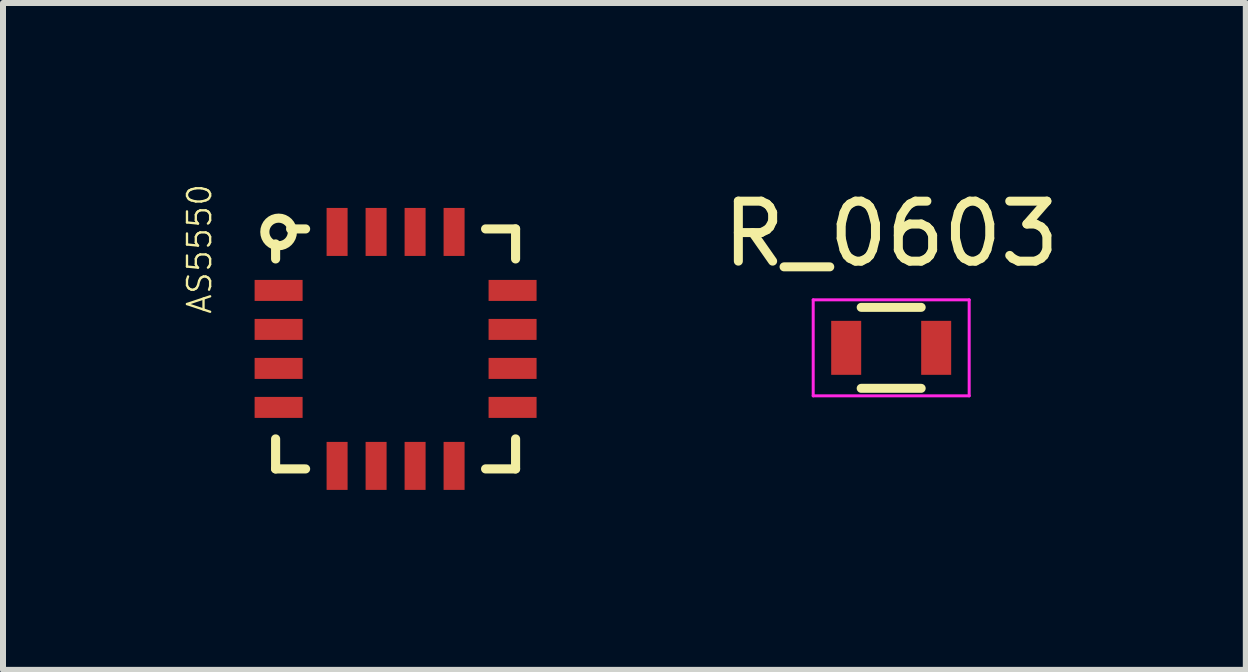
<source format=kicad_pcb>
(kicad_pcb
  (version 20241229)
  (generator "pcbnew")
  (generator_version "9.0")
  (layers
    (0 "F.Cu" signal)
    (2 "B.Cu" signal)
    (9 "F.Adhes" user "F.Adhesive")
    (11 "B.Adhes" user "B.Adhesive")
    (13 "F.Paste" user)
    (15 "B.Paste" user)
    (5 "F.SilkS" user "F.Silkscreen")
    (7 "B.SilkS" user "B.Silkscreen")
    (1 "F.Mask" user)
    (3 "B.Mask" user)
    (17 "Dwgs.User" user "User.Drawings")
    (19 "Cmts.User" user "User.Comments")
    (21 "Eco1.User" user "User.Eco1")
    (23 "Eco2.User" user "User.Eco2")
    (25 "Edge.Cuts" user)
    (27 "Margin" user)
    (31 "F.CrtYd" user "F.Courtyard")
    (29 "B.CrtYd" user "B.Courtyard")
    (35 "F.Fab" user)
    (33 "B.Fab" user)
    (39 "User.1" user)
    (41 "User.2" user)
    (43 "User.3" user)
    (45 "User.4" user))
  (footprint "AS5550"
    (layer "F.Cu")
    (at 3.544 2.766)
    (property "Reference" "AS5550" (at -3.042 -0.557 270) (layer "F.SilkS") (effects (font (size 0.386 0.386) (thickness 0.039)) (justify left bottom)))
    (attr through_hole)
    (fp_poly (pts (xy -1.2 -1.2) (xy 1.2 -1.2) (xy 1.2 1.2) (xy -1 1.2) (xy -1.2 1)) (stroke (width 0.15) (type solid)) (fill yes) (layer "F.Mask"))
    (fp_line (start -2 -1.5) (end -2 -1.75) (stroke (width 0.152) (type solid)) (layer "F.SilkS"))
    (fp_line (start -2 1.5) (end -2 2) (stroke (width 0.152) (type solid)) (layer "F.SilkS"))
    (fp_line (start -2 2) (end -1.5 2) (stroke (width 0.152) (type solid)) (layer "F.SilkS"))
    (fp_line (start -1.5 -2) (end -1.75 -2) (stroke (width 0.152) (type solid)) (layer "F.SilkS"))
    (fp_line (start 1.5 -2) (end 2 -2) (stroke (width 0.152) (type solid)) (layer "F.SilkS"))
    (fp_line (start 1.5 2) (end 2 2) (stroke (width 0.152) (type solid)) (layer "F.SilkS"))
    (fp_line (start 2 -2) (end 2 -1.5) (stroke (width 0.152) (type solid)) (layer "F.SilkS"))
    (fp_line (start 2 2) (end 2 1.5) (stroke (width 0.152) (type solid)) (layer "F.SilkS"))
    (fp_circle (center -1.95 -1.95) (end -1.72 -1.95) (stroke (width 0.152) (type solid)) (fill no) (layer "F.SilkS"))
    (fp_poly (pts (xy -1.2 -1.2) (xy 1.2 -1.2) (xy 1.2 1.2) (xy -1 1.2) (xy -1.2 1)) (stroke (width 0.15) (type solid)) (fill yes) (layer "F.Paste"))
    (pad "1" smd rect (at -1.95 -0.975) (size 0.8 0.35) (layers "F.Cu" "F.Mask" "F.Paste"))
    (pad "2" smd rect (at -1.95 -0.325) (size 0.8 0.35) (layers "F.Cu" "F.Mask" "F.Paste"))
    (pad "3" smd rect (at -1.95 0.325) (size 0.8 0.35) (layers "F.Cu" "F.Mask" "F.Paste"))
    (pad "4" smd rect (at -1.95 0.975) (size 0.8 0.35) (layers "F.Cu" "F.Mask" "F.Paste"))
    (pad "5" smd rect (at -0.975 1.95 90) (size 0.8 0.35) (layers "F.Cu" "F.Mask" "F.Paste"))
    (pad "6" smd rect (at -0.325 1.95 90) (size 0.8 0.35) (layers "F.Cu" "F.Mask" "F.Paste"))
    (pad "7" smd rect (at 0.325 1.95 90) (size 0.8 0.35) (layers "F.Cu" "F.Mask" "F.Paste"))
    (pad "8" smd rect (at 0.975 1.95 90) (size 0.8 0.35) (layers "F.Cu" "F.Mask" "F.Paste"))
    (pad "9" smd rect (at 1.95 0.975) (size 0.8 0.35) (layers "F.Cu" "F.Mask" "F.Paste"))
    (pad "10" smd rect (at 1.95 0.325) (size 0.8 0.35) (layers "F.Cu" "F.Mask" "F.Paste"))
    (pad "11" smd rect (at 1.95 -0.325) (size 0.8 0.35) (layers "F.Cu" "F.Mask" "F.Paste"))
    (pad "12" smd rect (at 1.95 -0.975) (size 0.8 0.35) (layers "F.Cu" "F.Mask" "F.Paste"))
    (pad "13" smd rect (at 0.975 -1.95 90) (size 0.8 0.35) (layers "F.Cu" "F.Mask" "F.Paste"))
    (pad "14" smd rect (at 0.325 -1.95 90) (size 0.8 0.35) (layers "F.Cu" "F.Mask" "F.Paste"))
    (pad "15" smd rect (at -0.325 -1.95 90) (size 0.8 0.35) (layers "F.Cu" "F.Mask" "F.Paste"))
    (pad "16" smd rect (at -0.975 -1.95 90) (size 0.8 0.35) (layers "F.Cu" "F.Mask" "F.Paste")))
  (footprint "R_0603"
    (layer "F.Cu")
    (at 11.805 2.748)
    (property "Reference" "R_0603" (at 0 -1.9 0) (layer "F.SilkS") (effects (font (size 1 1) (thickness 0.15))))
    (attr smd)
    (fp_line (start -0.5 -0.675) (end 0.5 -0.675) (stroke (width 0.15) (type solid)) (layer "F.SilkS"))
    (fp_line (start 0.5 0.675) (end -0.5 0.675) (stroke (width 0.15) (type solid)) (layer "F.SilkS"))
    (fp_line (start -1.3 -0.8) (end -1.3 0.8) (stroke (width 0.05) (type solid)) (layer "F.CrtYd"))
    (fp_line (start -1.3 -0.8) (end 1.3 -0.8) (stroke (width 0.05) (type solid)) (layer "F.CrtYd"))
    (fp_line (start -1.3 0.8) (end 1.3 0.8) (stroke (width 0.05) (type solid)) (layer "F.CrtYd"))
    (fp_line (start 1.3 -0.8) (end 1.3 0.8) (stroke (width 0.05) (type solid)) (layer "F.CrtYd"))
    (pad "1" smd rect (at -0.75 0) (size 0.5 0.9) (layers "F.Cu" "F.Mask" "F.Paste"))
    (pad "2" smd rect (at 0.75 0) (size 0.5 0.9) (layers "F.Cu" "F.Mask" "F.Paste")))
  (gr_rect
    (start -3 -3)
    (end 17.716 8.116)
    (stroke (width 0.1) (type default))
    (fill no)
    (layer "Edge.Cuts")))
</source>
